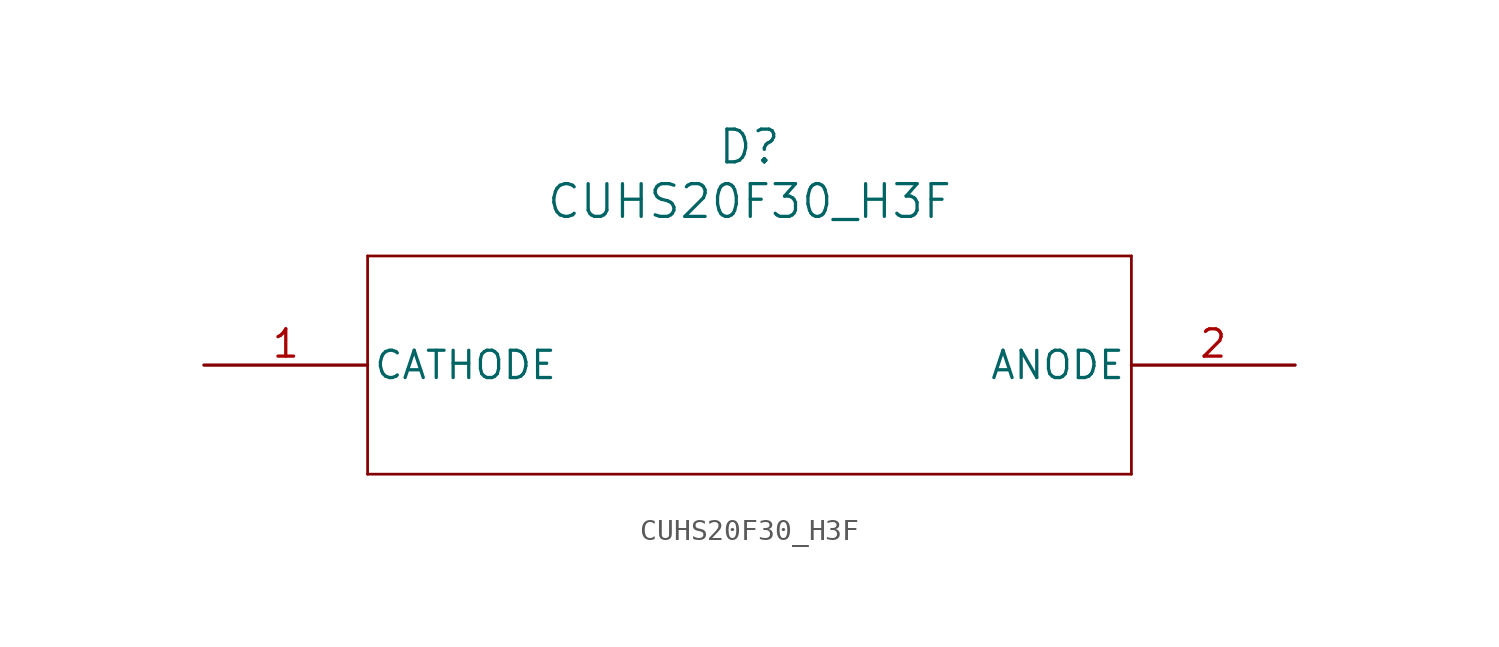
<source format=kicad_sym>
(kicad_symbol_lib
  (version 20211014)
  (generator kicad_symbol_editor)
  (symbol "CUHS20F30_H3F"
    (pin_names
      (offset 0.254))
    (property "Reference" "D"
      (at 25.4 10.16 0)
      (effects (font (size 1.524 1.524))))
    (property "Value" "CUHS20F30_H3F"
      (at 25.4 7.62 0)
      (effects (font (size 1.524 1.524))))
    (polyline
      (pts (xy 7.62 5.08) (xy 7.62 -5.08))
      (stroke (width 0.127) (type default) (color 0 0 0 0))
      (fill (type none)))
    (polyline
      (pts (xy 7.62 -5.08) (xy 43.18 -5.08))
      (stroke (width 0.127) (type default) (color 0 0 0 0))
      (fill (type none)))
    (polyline
      (pts (xy 43.18 -5.08) (xy 43.18 5.08))
      (stroke (width 0.127) (type default) (color 0 0 0 0))
      (fill (type none)))
    (polyline
      (pts (xy 43.18 5.08) (xy 7.62 5.08))
      (stroke (width 0.127) (type default) (color 0 0 0 0))
      (fill (type none)))
    (pin unspecified line
      (at 0 0 0)
      (length 7.62)
      (name "CATHODE" (effects (font (size 1.27 1.27))))
      (number "1" (effects (font (size 1.27 1.27)))))
    (pin unspecified line
      (at 50.8 0 180)
      (length 7.62)
      (name "ANODE" (effects (font (size 1.27 1.27))))
      (number "2" (effects (font (size 1.27 1.27)))))))
</source>
